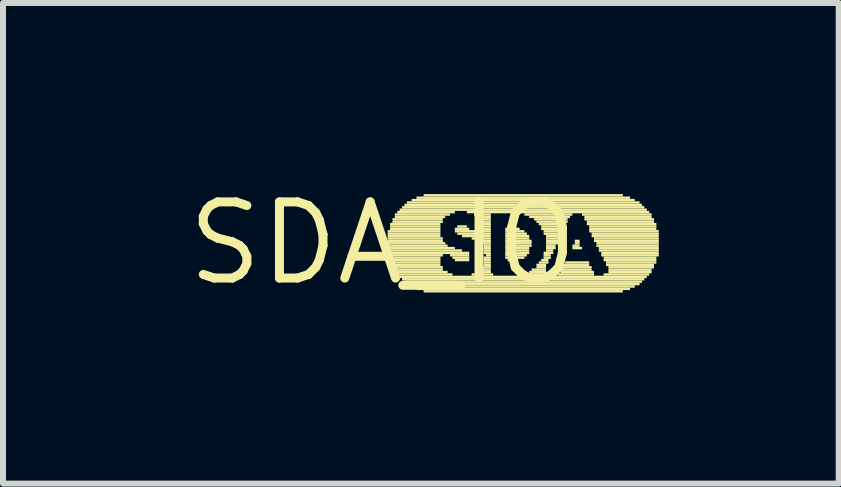
<source format=kicad_pcb>
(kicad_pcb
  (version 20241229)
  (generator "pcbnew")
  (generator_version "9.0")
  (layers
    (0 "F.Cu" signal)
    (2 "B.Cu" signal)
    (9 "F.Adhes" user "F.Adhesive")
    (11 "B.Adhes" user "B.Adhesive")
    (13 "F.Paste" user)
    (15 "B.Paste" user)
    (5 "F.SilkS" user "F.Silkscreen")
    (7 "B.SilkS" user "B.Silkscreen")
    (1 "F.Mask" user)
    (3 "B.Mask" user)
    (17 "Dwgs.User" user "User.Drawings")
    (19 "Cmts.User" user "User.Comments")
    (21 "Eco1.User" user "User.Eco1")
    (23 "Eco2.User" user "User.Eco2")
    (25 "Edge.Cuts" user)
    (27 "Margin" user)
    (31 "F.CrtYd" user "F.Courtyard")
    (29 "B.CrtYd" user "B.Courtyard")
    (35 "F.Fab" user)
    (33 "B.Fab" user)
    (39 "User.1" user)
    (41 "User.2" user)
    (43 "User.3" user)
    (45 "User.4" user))
  (footprint "SDA_IO"
    (layer "F.Cu")
    (at 3.333 1.006)
    (property "Reference" "SDA_IO" (at 0 0 0) (layer "F.SilkS") (effects (font (size 1.27 1.27) (thickness 0.15))))
    (fp_poly (pts (xy 0.08 -0.18) (xy 0.96 -0.18) (xy 0.96 -0.22) (xy 0.08 -0.22)) (stroke (width 0) (type default)) (fill yes) (layer "F.SilkS"))
    (fp_poly (pts (xy 0.08 -0.14) (xy 0.96 -0.14) (xy 0.96 -0.18) (xy 0.08 -0.18)) (stroke (width 0) (type default)) (fill yes) (layer "F.SilkS"))
    (fp_poly (pts (xy 0.08 -0.1) (xy 0.96 -0.1) (xy 0.96 -0.14) (xy 0.08 -0.14)) (stroke (width 0) (type default)) (fill yes) (layer "F.SilkS"))
    (fp_poly (pts (xy 0.08 -0.06) (xy 1 -0.06) (xy 1 -0.1) (xy 0.08 -0.1)) (stroke (width 0) (type default)) (fill yes) (layer "F.SilkS"))
    (fp_poly (pts (xy 0.08 -0.02) (xy 1 -0.02) (xy 1 -0.06) (xy 0.08 -0.06)) (stroke (width 0) (type default)) (fill yes) (layer "F.SilkS"))
    (fp_poly (pts (xy 0.08 0.02) (xy 1.04 0.02) (xy 1.04 -0.02) (xy 0.08 -0.02)) (stroke (width 0) (type default)) (fill yes) (layer "F.SilkS"))
    (fp_poly (pts (xy 0.08 0.06) (xy 1.08 0.06) (xy 1.08 0.02) (xy 0.08 0.02)) (stroke (width 0) (type default)) (fill yes) (layer "F.SilkS"))
    (fp_poly (pts (xy 0.08 0.1) (xy 1.2 0.1) (xy 1.2 0.06) (xy 0.08 0.06)) (stroke (width 0) (type default)) (fill yes) (layer "F.SilkS"))
    (fp_poly (pts (xy 0.08 0.14) (xy 1.32 0.14) (xy 1.32 0.1) (xy 0.08 0.1)) (stroke (width 0) (type default)) (fill yes) (layer "F.SilkS"))
    (fp_poly (pts (xy 0.08 0.18) (xy 1.44 0.18) (xy 1.44 0.14) (xy 0.08 0.14)) (stroke (width 0) (type default)) (fill yes) (layer "F.SilkS"))
    (fp_poly (pts (xy 0.08 0.22) (xy 1 0.22) (xy 1 0.18) (xy 0.08 0.18)) (stroke (width 0) (type default)) (fill yes) (layer "F.SilkS"))
    (fp_poly (pts (xy 0.12 -0.3) (xy 0.96 -0.3) (xy 0.96 -0.34) (xy 0.12 -0.34)) (stroke (width 0) (type default)) (fill yes) (layer "F.SilkS"))
    (fp_poly (pts (xy 0.12 -0.26) (xy 0.96 -0.26) (xy 0.96 -0.3) (xy 0.12 -0.3)) (stroke (width 0) (type default)) (fill yes) (layer "F.SilkS"))
    (fp_poly (pts (xy 0.12 -0.22) (xy 0.96 -0.22) (xy 0.96 -0.26) (xy 0.12 -0.26)) (stroke (width 0) (type default)) (fill yes) (layer "F.SilkS"))
    (fp_poly (pts (xy 0.12 0.26) (xy 0.96 0.26) (xy 0.96 0.22) (xy 0.12 0.22)) (stroke (width 0) (type default)) (fill yes) (layer "F.SilkS"))
    (fp_poly (pts (xy 0.12 0.3) (xy 0.96 0.3) (xy 0.96 0.26) (xy 0.12 0.26)) (stroke (width 0) (type default)) (fill yes) (layer "F.SilkS"))
    (fp_poly (pts (xy 0.12 0.34) (xy 0.96 0.34) (xy 0.96 0.3) (xy 0.12 0.3)) (stroke (width 0) (type default)) (fill yes) (layer "F.SilkS"))
    (fp_poly (pts (xy 0.16 -0.38) (xy 1 -0.38) (xy 1 -0.42) (xy 0.16 -0.42)) (stroke (width 0) (type default)) (fill yes) (layer "F.SilkS"))
    (fp_poly (pts (xy 0.16 -0.34) (xy 1 -0.34) (xy 1 -0.38) (xy 0.16 -0.38)) (stroke (width 0) (type default)) (fill yes) (layer "F.SilkS"))
    (fp_poly (pts (xy 0.16 0.38) (xy 0.96 0.38) (xy 0.96 0.34) (xy 0.16 0.34)) (stroke (width 0) (type default)) (fill yes) (layer "F.SilkS"))
    (fp_poly (pts (xy 0.16 0.42) (xy 1 0.42) (xy 1 0.38) (xy 0.16 0.38)) (stroke (width 0) (type default)) (fill yes) (layer "F.SilkS"))
    (fp_poly (pts (xy 0.2 -0.46) (xy 1.12 -0.46) (xy 1.12 -0.5) (xy 0.2 -0.5)) (stroke (width 0) (type default)) (fill yes) (layer "F.SilkS"))
    (fp_poly (pts (xy 0.2 -0.42) (xy 1.04 -0.42) (xy 1.04 -0.46) (xy 0.2 -0.46)) (stroke (width 0) (type default)) (fill yes) (layer "F.SilkS"))
    (fp_poly (pts (xy 0.2 0.46) (xy 1 0.46) (xy 1 0.42) (xy 0.2 0.42)) (stroke (width 0) (type default)) (fill yes) (layer "F.SilkS"))
    (fp_poly (pts (xy 0.2 0.5) (xy 1.08 0.5) (xy 1.08 0.46) (xy 0.2 0.46)) (stroke (width 0) (type default)) (fill yes) (layer "F.SilkS"))
    (fp_poly (pts (xy 0.24 -0.5) (xy 1.2 -0.5) (xy 1.2 -0.54) (xy 0.24 -0.54)) (stroke (width 0) (type default)) (fill yes) (layer "F.SilkS"))
    (fp_poly (pts (xy 0.24 0.54) (xy 1.16 0.54) (xy 1.16 0.5) (xy 0.24 0.5)) (stroke (width 0) (type default)) (fill yes) (layer "F.SilkS"))
    (fp_poly (pts (xy 0.28 -0.54) (xy 4.4 -0.54) (xy 4.4 -0.58) (xy 0.28 -0.58)) (stroke (width 0) (type default)) (fill yes) (layer "F.SilkS"))
    (fp_poly (pts (xy 0.28 0.58) (xy 4.4 0.58) (xy 4.4 0.54) (xy 0.28 0.54)) (stroke (width 0) (type default)) (fill yes) (layer "F.SilkS"))
    (fp_poly (pts (xy 0.32 -0.58) (xy 4.36 -0.58) (xy 4.36 -0.62) (xy 0.32 -0.62)) (stroke (width 0) (type default)) (fill yes) (layer "F.SilkS"))
    (fp_poly (pts (xy 0.32 0.62) (xy 4.36 0.62) (xy 4.36 0.58) (xy 0.32 0.58)) (stroke (width 0) (type default)) (fill yes) (layer "F.SilkS"))
    (fp_poly (pts (xy 0.36 -0.62) (xy 4.32 -0.62) (xy 4.32 -0.66) (xy 0.36 -0.66)) (stroke (width 0) (type default)) (fill yes) (layer "F.SilkS"))
    (fp_poly (pts (xy 0.36 0.66) (xy 4.32 0.66) (xy 4.32 0.62) (xy 0.36 0.62)) (stroke (width 0) (type default)) (fill yes) (layer "F.SilkS"))
    (fp_poly (pts (xy 0.4 -0.66) (xy 4.28 -0.66) (xy 4.28 -0.7) (xy 0.4 -0.7)) (stroke (width 0) (type default)) (fill yes) (layer "F.SilkS"))
    (fp_poly (pts (xy 0.4 0.7) (xy 4.28 0.7) (xy 4.28 0.66) (xy 0.4 0.66)) (stroke (width 0) (type default)) (fill yes) (layer "F.SilkS"))
    (fp_poly (pts (xy 0.48 -0.7) (xy 4.2 -0.7) (xy 4.2 -0.74) (xy 0.48 -0.74)) (stroke (width 0) (type default)) (fill yes) (layer "F.SilkS"))
    (fp_poly (pts (xy 0.48 0.74) (xy 4.2 0.74) (xy 4.2 0.7) (xy 0.48 0.7)) (stroke (width 0) (type default)) (fill yes) (layer "F.SilkS"))
    (fp_poly (pts (xy 0.56 -0.74) (xy 4.12 -0.74) (xy 4.12 -0.78) (xy 0.56 -0.78)) (stroke (width 0) (type default)) (fill yes) (layer "F.SilkS"))
    (fp_poly (pts (xy 0.56 0.78) (xy 4.12 0.78) (xy 4.12 0.74) (xy 0.56 0.74)) (stroke (width 0) (type default)) (fill yes) (layer "F.SilkS"))
    (fp_poly (pts (xy 0.68 -0.78) (xy 4 -0.78) (xy 4 -0.82) (xy 0.68 -0.82)) (stroke (width 0) (type default)) (fill yes) (layer "F.SilkS"))
    (fp_poly (pts (xy 0.68 0.82) (xy 4 0.82) (xy 4 0.78) (xy 0.68 0.78)) (stroke (width 0) (type default)) (fill yes) (layer "F.SilkS"))
    (fp_poly (pts (xy 1.12 0.22) (xy 1.44 0.22) (xy 1.44 0.18) (xy 1.12 0.18)) (stroke (width 0) (type default)) (fill yes) (layer "F.SilkS"))
    (fp_poly (pts (xy 1.16 0.26) (xy 1.44 0.26) (xy 1.44 0.22) (xy 1.16 0.22)) (stroke (width 0) (type default)) (fill yes) (layer "F.SilkS"))
    (fp_poly (pts (xy 1.2 -0.22) (xy 1.44 -0.22) (xy 1.44 -0.26) (xy 1.2 -0.26)) (stroke (width 0) (type default)) (fill yes) (layer "F.SilkS"))
    (fp_poly (pts (xy 1.2 -0.18) (xy 1.8 -0.18) (xy 1.8 -0.22) (xy 1.2 -0.22)) (stroke (width 0) (type default)) (fill yes) (layer "F.SilkS"))
    (fp_poly (pts (xy 1.2 0.3) (xy 1.44 0.3) (xy 1.44 0.26) (xy 1.2 0.26)) (stroke (width 0) (type default)) (fill yes) (layer "F.SilkS"))
    (fp_poly (pts (xy 1.24 -0.26) (xy 1.4 -0.26) (xy 1.4 -0.3) (xy 1.24 -0.3)) (stroke (width 0) (type default)) (fill yes) (layer "F.SilkS"))
    (fp_poly (pts (xy 1.24 -0.14) (xy 1.8 -0.14) (xy 1.8 -0.18) (xy 1.24 -0.18)) (stroke (width 0) (type default)) (fill yes) (layer "F.SilkS"))
    (fp_poly (pts (xy 1.32 -0.1) (xy 1.8 -0.1) (xy 1.8 -0.14) (xy 1.32 -0.14)) (stroke (width 0) (type default)) (fill yes) (layer "F.SilkS"))
    (fp_poly (pts (xy 1.4 -0.5) (xy 4.44 -0.5) (xy 4.44 -0.54) (xy 1.4 -0.54)) (stroke (width 0) (type default)) (fill yes) (layer "F.SilkS"))
    (fp_poly (pts (xy 1.48 -0.06) (xy 1.8 -0.06) (xy 1.8 -0.1) (xy 1.48 -0.1)) (stroke (width 0) (type default)) (fill yes) (layer "F.SilkS"))
    (fp_poly (pts (xy 1.48 0.54) (xy 1.84 0.54) (xy 1.84 0.5) (xy 1.48 0.5)) (stroke (width 0) (type default)) (fill yes) (layer "F.SilkS"))
    (fp_poly (pts (xy 1.52 -0.46) (xy 1.8 -0.46) (xy 1.8 -0.5) (xy 1.52 -0.5)) (stroke (width 0) (type default)) (fill yes) (layer "F.SilkS"))
    (fp_poly (pts (xy 1.56 -0.22) (xy 1.8 -0.22) (xy 1.8 -0.26) (xy 1.56 -0.26)) (stroke (width 0) (type default)) (fill yes) (layer "F.SilkS"))
    (fp_poly (pts (xy 1.56 0.5) (xy 1.8 0.5) (xy 1.8 0.46) (xy 1.56 0.46)) (stroke (width 0) (type default)) (fill yes) (layer "F.SilkS"))
    (fp_poly (pts (xy 1.6 -0.42) (xy 1.8 -0.42) (xy 1.8 -0.46) (xy 1.6 -0.46)) (stroke (width 0) (type default)) (fill yes) (layer "F.SilkS"))
    (fp_poly (pts (xy 1.6 -0.26) (xy 1.8 -0.26) (xy 1.8 -0.3) (xy 1.6 -0.3)) (stroke (width 0) (type default)) (fill yes) (layer "F.SilkS"))
    (fp_poly (pts (xy 1.6 -0.02) (xy 1.8 -0.02) (xy 1.8 -0.06) (xy 1.6 -0.06)) (stroke (width 0) (type default)) (fill yes) (layer "F.SilkS"))
    (fp_poly (pts (xy 1.6 0.46) (xy 1.8 0.46) (xy 1.8 0.42) (xy 1.6 0.42)) (stroke (width 0) (type default)) (fill yes) (layer "F.SilkS"))
    (fp_poly (pts (xy 1.64 -0.38) (xy 1.8 -0.38) (xy 1.8 -0.42) (xy 1.64 -0.42)) (stroke (width 0) (type default)) (fill yes) (layer "F.SilkS"))
    (fp_poly (pts (xy 1.64 -0.34) (xy 1.8 -0.34) (xy 1.8 -0.38) (xy 1.64 -0.38)) (stroke (width 0) (type default)) (fill yes) (layer "F.SilkS"))
    (fp_poly (pts (xy 1.64 -0.3) (xy 1.8 -0.3) (xy 1.8 -0.34) (xy 1.64 -0.34)) (stroke (width 0) (type default)) (fill yes) (layer "F.SilkS"))
    (fp_poly (pts (xy 1.64 0.02) (xy 1.8 0.02) (xy 1.8 -0.02) (xy 1.64 -0.02)) (stroke (width 0) (type default)) (fill yes) (layer "F.SilkS"))
    (fp_poly (pts (xy 1.64 0.42) (xy 1.8 0.42) (xy 1.8 0.38) (xy 1.64 0.38)) (stroke (width 0) (type default)) (fill yes) (layer "F.SilkS"))
    (fp_poly (pts (xy 1.68 0.06) (xy 1.8 0.06) (xy 1.8 0.02) (xy 1.68 0.02)) (stroke (width 0) (type default)) (fill yes) (layer "F.SilkS"))
    (fp_poly (pts (xy 1.68 0.1) (xy 1.8 0.1) (xy 1.8 0.06) (xy 1.68 0.06)) (stroke (width 0) (type default)) (fill yes) (layer "F.SilkS"))
    (fp_poly (pts (xy 1.68 0.14) (xy 1.8 0.14) (xy 1.8 0.1) (xy 1.68 0.1)) (stroke (width 0) (type default)) (fill yes) (layer "F.SilkS"))
    (fp_poly (pts (xy 1.68 0.18) (xy 1.8 0.18) (xy 1.8 0.14) (xy 1.68 0.14)) (stroke (width 0) (type default)) (fill yes) (layer "F.SilkS"))
    (fp_poly (pts (xy 1.68 0.26) (xy 1.8 0.26) (xy 1.8 0.22) (xy 1.68 0.22)) (stroke (width 0) (type default)) (fill yes) (layer "F.SilkS"))
    (fp_poly (pts (xy 1.68 0.3) (xy 1.8 0.3) (xy 1.8 0.26) (xy 1.68 0.26)) (stroke (width 0) (type default)) (fill yes) (layer "F.SilkS"))
    (fp_poly (pts (xy 1.68 0.34) (xy 1.8 0.34) (xy 1.8 0.3) (xy 1.68 0.3)) (stroke (width 0) (type default)) (fill yes) (layer "F.SilkS"))
    (fp_poly (pts (xy 1.68 0.38) (xy 1.8 0.38) (xy 1.8 0.34) (xy 1.68 0.34)) (stroke (width 0) (type default)) (fill yes) (layer "F.SilkS"))
    (fp_poly (pts (xy 1.72 0.22) (xy 1.8 0.22) (xy 1.8 0.18) (xy 1.72 0.18)) (stroke (width 0) (type default)) (fill yes) (layer "F.SilkS"))
    (fp_poly (pts (xy 2.04 -0.22) (xy 2.28 -0.22) (xy 2.28 -0.26) (xy 2.04 -0.26)) (stroke (width 0) (type default)) (fill yes) (layer "F.SilkS"))
    (fp_poly (pts (xy 2.04 -0.18) (xy 2.36 -0.18) (xy 2.36 -0.22) (xy 2.04 -0.22)) (stroke (width 0) (type default)) (fill yes) (layer "F.SilkS"))
    (fp_poly (pts (xy 2.04 -0.14) (xy 2.4 -0.14) (xy 2.4 -0.18) (xy 2.04 -0.18)) (stroke (width 0) (type default)) (fill yes) (layer "F.SilkS"))
    (fp_poly (pts (xy 2.04 -0.1) (xy 2.44 -0.1) (xy 2.44 -0.14) (xy 2.04 -0.14)) (stroke (width 0) (type default)) (fill yes) (layer "F.SilkS"))
    (fp_poly (pts (xy 2.04 -0.06) (xy 2.44 -0.06) (xy 2.44 -0.1) (xy 2.04 -0.1)) (stroke (width 0) (type default)) (fill yes) (layer "F.SilkS"))
    (fp_poly (pts (xy 2.04 -0.02) (xy 2.48 -0.02) (xy 2.48 -0.06) (xy 2.04 -0.06)) (stroke (width 0) (type default)) (fill yes) (layer "F.SilkS"))
    (fp_poly (pts (xy 2.04 0.02) (xy 2.48 0.02) (xy 2.48 -0.02) (xy 2.04 -0.02)) (stroke (width 0) (type default)) (fill yes) (layer "F.SilkS"))
    (fp_poly (pts (xy 2.04 0.06) (xy 2.48 0.06) (xy 2.48 0.02) (xy 2.04 0.02)) (stroke (width 0) (type default)) (fill yes) (layer "F.SilkS"))
    (fp_poly (pts (xy 2.04 0.1) (xy 2.44 0.1) (xy 2.44 0.06) (xy 2.04 0.06)) (stroke (width 0) (type default)) (fill yes) (layer "F.SilkS"))
    (fp_poly (pts (xy 2.04 0.14) (xy 2.44 0.14) (xy 2.44 0.1) (xy 2.04 0.1)) (stroke (width 0) (type default)) (fill yes) (layer "F.SilkS"))
    (fp_poly (pts (xy 2.04 0.18) (xy 2.44 0.18) (xy 2.44 0.14) (xy 2.04 0.14)) (stroke (width 0) (type default)) (fill yes) (layer "F.SilkS"))
    (fp_poly (pts (xy 2.04 0.22) (xy 2.4 0.22) (xy 2.4 0.18) (xy 2.04 0.18)) (stroke (width 0) (type default)) (fill yes) (layer "F.SilkS"))
    (fp_poly (pts (xy 2.04 0.26) (xy 2.36 0.26) (xy 2.36 0.22) (xy 2.04 0.22)) (stroke (width 0) (type default)) (fill yes) (layer "F.SilkS"))
    (fp_poly (pts (xy 2.08 0.3) (xy 2.24 0.3) (xy 2.24 0.26) (xy 2.08 0.26)) (stroke (width 0) (type default)) (fill yes) (layer "F.SilkS"))
    (fp_poly (pts (xy 2.32 0.54) (xy 2.76 0.54) (xy 2.76 0.5) (xy 2.32 0.5)) (stroke (width 0) (type default)) (fill yes) (layer "F.SilkS"))
    (fp_poly (pts (xy 2.36 -0.46) (xy 3.16 -0.46) (xy 3.16 -0.5) (xy 2.36 -0.5)) (stroke (width 0) (type default)) (fill yes) (layer "F.SilkS"))
    (fp_poly (pts (xy 2.44 -0.42) (xy 3.12 -0.42) (xy 3.12 -0.46) (xy 2.44 -0.46)) (stroke (width 0) (type default)) (fill yes) (layer "F.SilkS"))
    (fp_poly (pts (xy 2.44 0.5) (xy 2.72 0.5) (xy 2.72 0.46) (xy 2.44 0.46)) (stroke (width 0) (type default)) (fill yes) (layer "F.SilkS"))
    (fp_poly (pts (xy 2.48 0.46) (xy 2.72 0.46) (xy 2.72 0.42) (xy 2.48 0.42)) (stroke (width 0) (type default)) (fill yes) (layer "F.SilkS"))
    (fp_poly (pts (xy 2.52 -0.38) (xy 3.08 -0.38) (xy 3.08 -0.42) (xy 2.52 -0.42)) (stroke (width 0) (type default)) (fill yes) (layer "F.SilkS"))
    (fp_poly (pts (xy 2.56 -0.34) (xy 3.08 -0.34) (xy 3.08 -0.38) (xy 2.56 -0.38)) (stroke (width 0) (type default)) (fill yes) (layer "F.SilkS"))
    (fp_poly (pts (xy 2.56 0.38) (xy 2.72 0.38) (xy 2.72 0.34) (xy 2.56 0.34)) (stroke (width 0) (type default)) (fill yes) (layer "F.SilkS"))
    (fp_poly (pts (xy 2.56 0.42) (xy 2.72 0.42) (xy 2.72 0.38) (xy 2.56 0.38)) (stroke (width 0) (type default)) (fill yes) (layer "F.SilkS"))
    (fp_poly (pts (xy 2.6 -0.3) (xy 3.04 -0.3) (xy 3.04 -0.34) (xy 2.6 -0.34)) (stroke (width 0) (type default)) (fill yes) (layer "F.SilkS"))
    (fp_poly (pts (xy 2.6 0.34) (xy 2.76 0.34) (xy 2.76 0.3) (xy 2.6 0.3)) (stroke (width 0) (type default)) (fill yes) (layer "F.SilkS"))
    (fp_poly (pts (xy 2.64 -0.26) (xy 3.04 -0.26) (xy 3.04 -0.3) (xy 2.64 -0.3)) (stroke (width 0) (type default)) (fill yes) (layer "F.SilkS"))
    (fp_poly (pts (xy 2.64 -0.22) (xy 3.04 -0.22) (xy 3.04 -0.26) (xy 2.64 -0.26)) (stroke (width 0) (type default)) (fill yes) (layer "F.SilkS"))
    (fp_poly (pts (xy 2.64 0.3) (xy 2.76 0.3) (xy 2.76 0.26) (xy 2.64 0.26)) (stroke (width 0) (type default)) (fill yes) (layer "F.SilkS"))
    (fp_poly (pts (xy 2.68 -0.18) (xy 3 -0.18) (xy 3 -0.22) (xy 2.68 -0.22)) (stroke (width 0) (type default)) (fill yes) (layer "F.SilkS"))
    (fp_poly (pts (xy 2.68 -0.14) (xy 3 -0.14) (xy 3 -0.18) (xy 2.68 -0.18)) (stroke (width 0) (type default)) (fill yes) (layer "F.SilkS"))
    (fp_poly (pts (xy 2.68 0.18) (xy 2.84 0.18) (xy 2.84 0.14) (xy 2.68 0.14)) (stroke (width 0) (type default)) (fill yes) (layer "F.SilkS"))
    (fp_poly (pts (xy 2.68 0.22) (xy 2.8 0.22) (xy 2.8 0.18) (xy 2.68 0.18)) (stroke (width 0) (type default)) (fill yes) (layer "F.SilkS"))
    (fp_poly (pts (xy 2.68 0.26) (xy 2.8 0.26) (xy 2.8 0.22) (xy 2.68 0.22)) (stroke (width 0) (type default)) (fill yes) (layer "F.SilkS"))
    (fp_poly (pts (xy 2.72 -0.1) (xy 2.96 -0.1) (xy 2.96 -0.14) (xy 2.72 -0.14)) (stroke (width 0) (type default)) (fill yes) (layer "F.SilkS"))
    (fp_poly (pts (xy 2.72 -0.06) (xy 2.96 -0.06) (xy 2.96 -0.1) (xy 2.72 -0.1)) (stroke (width 0) (type default)) (fill yes) (layer "F.SilkS"))
    (fp_poly (pts (xy 2.72 -0.02) (xy 2.92 -0.02) (xy 2.92 -0.06) (xy 2.72 -0.06)) (stroke (width 0) (type default)) (fill yes) (layer "F.SilkS"))
    (fp_poly (pts (xy 2.72 0.02) (xy 2.92 0.02) (xy 2.92 -0.02) (xy 2.72 -0.02)) (stroke (width 0) (type default)) (fill yes) (layer "F.SilkS"))
    (fp_poly (pts (xy 2.72 0.06) (xy 2.88 0.06) (xy 2.88 0.02) (xy 2.72 0.02)) (stroke (width 0) (type default)) (fill yes) (layer "F.SilkS"))
    (fp_poly (pts (xy 2.72 0.1) (xy 2.88 0.1) (xy 2.88 0.06) (xy 2.72 0.06)) (stroke (width 0) (type default)) (fill yes) (layer "F.SilkS"))
    (fp_poly (pts (xy 2.72 0.14) (xy 2.84 0.14) (xy 2.84 0.1) (xy 2.72 0.1)) (stroke (width 0) (type default)) (fill yes) (layer "F.SilkS"))
    (fp_poly (pts (xy 2.92 0.54) (xy 3.52 0.54) (xy 3.52 0.5) (xy 2.92 0.5)) (stroke (width 0) (type default)) (fill yes) (layer "F.SilkS"))
    (fp_poly (pts (xy 2.96 0.46) (xy 3.48 0.46) (xy 3.48 0.42) (xy 2.96 0.42)) (stroke (width 0) (type default)) (fill yes) (layer "F.SilkS"))
    (fp_poly (pts (xy 2.96 0.5) (xy 3.52 0.5) (xy 3.52 0.46) (xy 2.96 0.46)) (stroke (width 0) (type default)) (fill yes) (layer "F.SilkS"))
    (fp_poly (pts (xy 3 0.38) (xy 3.44 0.38) (xy 3.44 0.34) (xy 3 0.34)) (stroke (width 0) (type default)) (fill yes) (layer "F.SilkS"))
    (fp_poly (pts (xy 3 0.42) (xy 3.48 0.42) (xy 3.48 0.38) (xy 3 0.38)) (stroke (width 0) (type default)) (fill yes) (layer "F.SilkS"))
    (fp_poly (pts (xy 3.04 0.34) (xy 3.44 0.34) (xy 3.44 0.3) (xy 3.04 0.3)) (stroke (width 0) (type default)) (fill yes) (layer "F.SilkS"))
    (fp_poly (pts (xy 3.16 0.06) (xy 3.28 0.06) (xy 3.28 0.02) (xy 3.16 0.02)) (stroke (width 0) (type default)) (fill yes) (layer "F.SilkS"))
    (fp_poly (pts (xy 3.16 0.1) (xy 3.32 0.1) (xy 3.32 0.06) (xy 3.16 0.06)) (stroke (width 0) (type default)) (fill yes) (layer "F.SilkS"))
    (fp_poly (pts (xy 3.2 -0.02) (xy 3.28 -0.02) (xy 3.28 -0.06) (xy 3.2 -0.06)) (stroke (width 0) (type default)) (fill yes) (layer "F.SilkS"))
    (fp_poly (pts (xy 3.2 0.02) (xy 3.28 0.02) (xy 3.28 -0.02) (xy 3.2 -0.02)) (stroke (width 0) (type default)) (fill yes) (layer "F.SilkS"))
    (fp_poly (pts (xy 3.32 -0.46) (xy 4.48 -0.46) (xy 4.48 -0.5) (xy 3.32 -0.5)) (stroke (width 0) (type default)) (fill yes) (layer "F.SilkS"))
    (fp_poly (pts (xy 3.36 -0.42) (xy 4.48 -0.42) (xy 4.48 -0.46) (xy 3.36 -0.46)) (stroke (width 0) (type default)) (fill yes) (layer "F.SilkS"))
    (fp_poly (pts (xy 3.36 -0.38) (xy 4.52 -0.38) (xy 4.52 -0.42) (xy 3.36 -0.42)) (stroke (width 0) (type default)) (fill yes) (layer "F.SilkS"))
    (fp_poly (pts (xy 3.4 -0.34) (xy 4.52 -0.34) (xy 4.52 -0.38) (xy 3.4 -0.38)) (stroke (width 0) (type default)) (fill yes) (layer "F.SilkS"))
    (fp_poly (pts (xy 3.4 -0.3) (xy 4.56 -0.3) (xy 4.56 -0.34) (xy 3.4 -0.34)) (stroke (width 0) (type default)) (fill yes) (layer "F.SilkS"))
    (fp_poly (pts (xy 3.44 -0.26) (xy 4.56 -0.26) (xy 4.56 -0.3) (xy 3.44 -0.3)) (stroke (width 0) (type default)) (fill yes) (layer "F.SilkS"))
    (fp_poly (pts (xy 3.44 -0.22) (xy 4.56 -0.22) (xy 4.56 -0.26) (xy 3.44 -0.26)) (stroke (width 0) (type default)) (fill yes) (layer "F.SilkS"))
    (fp_poly (pts (xy 3.44 -0.18) (xy 4.6 -0.18) (xy 4.6 -0.22) (xy 3.44 -0.22)) (stroke (width 0) (type default)) (fill yes) (layer "F.SilkS"))
    (fp_poly (pts (xy 3.48 -0.14) (xy 4.6 -0.14) (xy 4.6 -0.18) (xy 3.48 -0.18)) (stroke (width 0) (type default)) (fill yes) (layer "F.SilkS"))
    (fp_poly (pts (xy 3.48 -0.1) (xy 4.6 -0.1) (xy 4.6 -0.14) (xy 3.48 -0.14)) (stroke (width 0) (type default)) (fill yes) (layer "F.SilkS"))
    (fp_poly (pts (xy 3.52 -0.06) (xy 4.6 -0.06) (xy 4.6 -0.1) (xy 3.52 -0.1)) (stroke (width 0) (type default)) (fill yes) (layer "F.SilkS"))
    (fp_poly (pts (xy 3.52 -0.02) (xy 4.6 -0.02) (xy 4.6 -0.06) (xy 3.52 -0.06)) (stroke (width 0) (type default)) (fill yes) (layer "F.SilkS"))
    (fp_poly (pts (xy 3.56 0.02) (xy 4.6 0.02) (xy 4.6 -0.02) (xy 3.56 -0.02)) (stroke (width 0) (type default)) (fill yes) (layer "F.SilkS"))
    (fp_poly (pts (xy 3.56 0.06) (xy 4.6 0.06) (xy 4.6 0.02) (xy 3.56 0.02)) (stroke (width 0) (type default)) (fill yes) (layer "F.SilkS"))
    (fp_poly (pts (xy 3.6 0.1) (xy 4.6 0.1) (xy 4.6 0.06) (xy 3.6 0.06)) (stroke (width 0) (type default)) (fill yes) (layer "F.SilkS"))
    (fp_poly (pts (xy 3.6 0.14) (xy 4.6 0.14) (xy 4.6 0.1) (xy 3.6 0.1)) (stroke (width 0) (type default)) (fill yes) (layer "F.SilkS"))
    (fp_poly (pts (xy 3.64 0.18) (xy 4.6 0.18) (xy 4.6 0.14) (xy 3.64 0.14)) (stroke (width 0) (type default)) (fill yes) (layer "F.SilkS"))
    (fp_poly (pts (xy 3.64 0.22) (xy 4.6 0.22) (xy 4.6 0.18) (xy 3.64 0.18)) (stroke (width 0) (type default)) (fill yes) (layer "F.SilkS"))
    (fp_poly (pts (xy 3.68 0.26) (xy 4.56 0.26) (xy 4.56 0.22) (xy 3.68 0.22)) (stroke (width 0) (type default)) (fill yes) (layer "F.SilkS"))
    (fp_poly (pts (xy 3.68 0.3) (xy 4.56 0.3) (xy 4.56 0.26) (xy 3.68 0.26)) (stroke (width 0) (type default)) (fill yes) (layer "F.SilkS"))
    (fp_poly (pts (xy 3.68 0.54) (xy 4.44 0.54) (xy 4.44 0.5) (xy 3.68 0.5)) (stroke (width 0) (type default)) (fill yes) (layer "F.SilkS"))
    (fp_poly (pts (xy 3.72 0.34) (xy 4.56 0.34) (xy 4.56 0.3) (xy 3.72 0.3)) (stroke (width 0) (type default)) (fill yes) (layer "F.SilkS"))
    (fp_poly (pts (xy 3.72 0.38) (xy 4.52 0.38) (xy 4.52 0.34) (xy 3.72 0.34)) (stroke (width 0) (type default)) (fill yes) (layer "F.SilkS"))
    (fp_poly (pts (xy 3.76 0.42) (xy 4.52 0.42) (xy 4.52 0.38) (xy 3.76 0.38)) (stroke (width 0) (type default)) (fill yes) (layer "F.SilkS"))
    (fp_poly (pts (xy 3.76 0.46) (xy 4.48 0.46) (xy 4.48 0.42) (xy 3.76 0.42)) (stroke (width 0) (type default)) (fill yes) (layer "F.SilkS"))
    (fp_poly (pts (xy 3.76 0.5) (xy 4.48 0.5) (xy 4.48 0.46) (xy 3.76 0.46)) (stroke (width 0) (type default)) (fill yes) (layer "F.SilkS")))
  (gr_rect
    (start -3 -3)
    (end 10.933 5.012)
    (stroke (width 0.1) (type default))
    (fill no)
    (layer "Edge.Cuts")))
</source>
